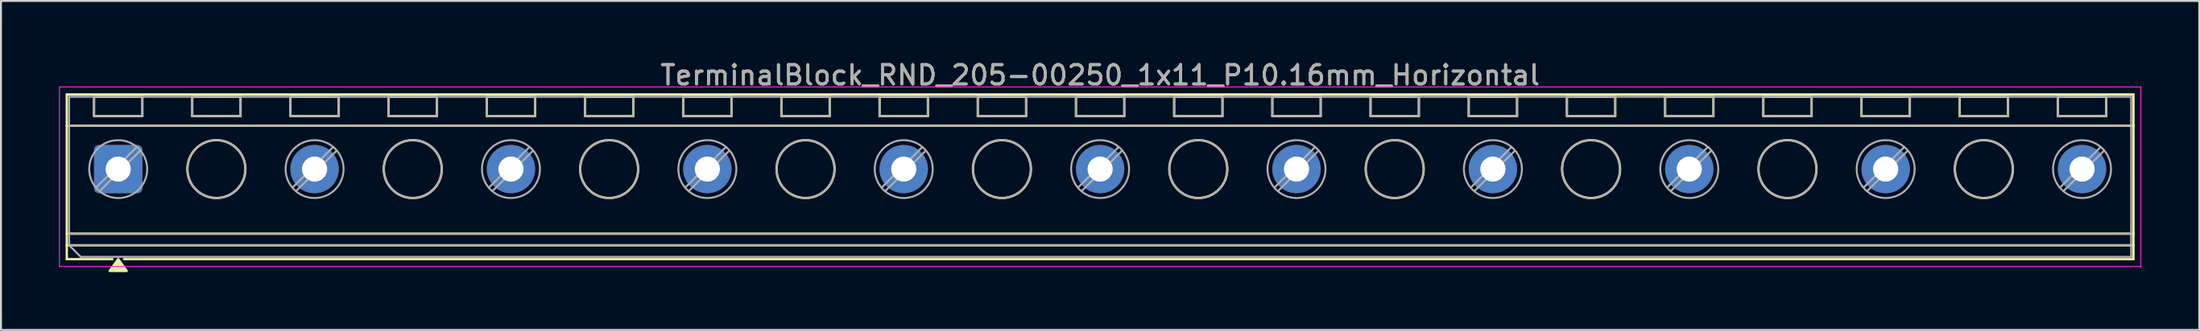
<source format=kicad_pcb>
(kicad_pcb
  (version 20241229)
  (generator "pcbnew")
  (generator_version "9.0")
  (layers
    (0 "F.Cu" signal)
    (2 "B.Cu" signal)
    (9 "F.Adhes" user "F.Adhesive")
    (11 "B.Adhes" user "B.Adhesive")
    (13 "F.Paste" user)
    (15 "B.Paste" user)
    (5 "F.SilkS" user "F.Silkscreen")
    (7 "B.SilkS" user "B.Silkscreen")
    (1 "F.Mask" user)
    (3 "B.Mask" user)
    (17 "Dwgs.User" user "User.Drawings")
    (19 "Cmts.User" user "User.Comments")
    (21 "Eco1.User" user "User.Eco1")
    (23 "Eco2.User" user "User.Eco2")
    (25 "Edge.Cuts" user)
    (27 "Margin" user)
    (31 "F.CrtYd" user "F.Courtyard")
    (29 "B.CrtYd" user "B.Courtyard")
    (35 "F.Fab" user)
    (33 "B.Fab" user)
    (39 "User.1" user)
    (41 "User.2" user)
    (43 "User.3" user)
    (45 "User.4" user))
  (footprint "TerminalBlock_RND_205-00250_1x11_P10.16mm_Horizontal"
    (layer "F.Cu")
    (at 3.065 5.718)
    (property "Reference" "TerminalBlock_RND_205-00250_1x11_P10.16mm_Horizontal" (at 50.8 -4.87 0) (layer "F.SilkS") (effects (font (size 1 1) (thickness 0.15))))
    (attr through_hole)
    (fp_line (start -2.66 -3.87) (end -2.66 4.67) (stroke (width 0.12) (type solid)) (layer "F.SilkS"))
    (fp_line (start -2.66 -3.87) (end 104.26 -3.87) (stroke (width 0.12) (type solid)) (layer "F.SilkS"))
    (fp_line (start -2.66 -2.25) (end 104.26 -2.25) (stroke (width 0.12) (type solid)) (layer "F.SilkS"))
    (fp_line (start -2.66 3.35) (end 104.26 3.35) (stroke (width 0.12) (type solid)) (layer "F.SilkS"))
    (fp_line (start -2.66 3.95) (end 104.26 3.95) (stroke (width 0.12) (type solid)) (layer "F.SilkS"))
    (fp_line (start -2.66 4.67) (end -0.3 4.67) (stroke (width 0.12) (type solid)) (layer "F.SilkS"))
    (fp_line (start -1.25 -3.75) (end -1.25 -2.75) (stroke (width 0.12) (type solid)) (layer "F.SilkS"))
    (fp_line (start -1.25 -3.75) (end 1.25 -3.75) (stroke (width 0.12) (type solid)) (layer "F.SilkS"))
    (fp_line (start -1.25 -2.75) (end 1.25 -2.75) (stroke (width 0.12) (type solid)) (layer "F.SilkS"))
    (fp_line (start 0.3 4.67) (end 104.26 4.67) (stroke (width 0.12) (type solid)) (layer "F.SilkS"))
    (fp_line (start 1.25 -3.75) (end 1.25 -2.75) (stroke (width 0.12) (type solid)) (layer "F.SilkS"))
    (fp_line (start 3.83 -3.75) (end 3.83 -2.75) (stroke (width 0.12) (type solid)) (layer "F.SilkS"))
    (fp_line (start 3.83 -3.75) (end 6.33 -3.75) (stroke (width 0.12) (type solid)) (layer "F.SilkS"))
    (fp_line (start 3.83 -2.75) (end 6.33 -2.75) (stroke (width 0.12) (type solid)) (layer "F.SilkS"))
    (fp_line (start 6.33 -3.75) (end 6.33 -2.75) (stroke (width 0.12) (type solid)) (layer "F.SilkS"))
    (fp_line (start 8.91 -3.75) (end 8.91 -2.75) (stroke (width 0.12) (type solid)) (layer "F.SilkS"))
    (fp_line (start 8.91 -3.75) (end 11.41 -3.75) (stroke (width 0.12) (type solid)) (layer "F.SilkS"))
    (fp_line (start 8.91 -2.75) (end 11.41 -2.75) (stroke (width 0.12) (type solid)) (layer "F.SilkS"))
    (fp_line (start 11.41 -3.75) (end 11.41 -2.75) (stroke (width 0.12) (type solid)) (layer "F.SilkS"))
    (fp_line (start 13.99 -3.75) (end 13.99 -2.75) (stroke (width 0.12) (type solid)) (layer "F.SilkS"))
    (fp_line (start 13.99 -3.75) (end 16.49 -3.75) (stroke (width 0.12) (type solid)) (layer "F.SilkS"))
    (fp_line (start 13.99 -2.75) (end 16.49 -2.75) (stroke (width 0.12) (type solid)) (layer "F.SilkS"))
    (fp_line (start 16.49 -3.75) (end 16.49 -2.75) (stroke (width 0.12) (type solid)) (layer "F.SilkS"))
    (fp_line (start 19.07 -3.75) (end 19.07 -2.75) (stroke (width 0.12) (type solid)) (layer "F.SilkS"))
    (fp_line (start 19.07 -3.75) (end 21.57 -3.75) (stroke (width 0.12) (type solid)) (layer "F.SilkS"))
    (fp_line (start 19.07 -2.75) (end 21.57 -2.75) (stroke (width 0.12) (type solid)) (layer "F.SilkS"))
    (fp_line (start 21.57 -3.75) (end 21.57 -2.75) (stroke (width 0.12) (type solid)) (layer "F.SilkS"))
    (fp_line (start 24.15 -3.75) (end 24.15 -2.75) (stroke (width 0.12) (type solid)) (layer "F.SilkS"))
    (fp_line (start 24.15 -3.75) (end 26.65 -3.75) (stroke (width 0.12) (type solid)) (layer "F.SilkS"))
    (fp_line (start 24.15 -2.75) (end 26.65 -2.75) (stroke (width 0.12) (type solid)) (layer "F.SilkS"))
    (fp_line (start 26.65 -3.75) (end 26.65 -2.75) (stroke (width 0.12) (type solid)) (layer "F.SilkS"))
    (fp_line (start 29.23 -3.75) (end 29.23 -2.75) (stroke (width 0.12) (type solid)) (layer "F.SilkS"))
    (fp_line (start 29.23 -3.75) (end 31.73 -3.75) (stroke (width 0.12) (type solid)) (layer "F.SilkS"))
    (fp_line (start 29.23 -2.75) (end 31.73 -2.75) (stroke (width 0.12) (type solid)) (layer "F.SilkS"))
    (fp_line (start 31.73 -3.75) (end 31.73 -2.75) (stroke (width 0.12) (type solid)) (layer "F.SilkS"))
    (fp_line (start 34.31 -3.75) (end 34.31 -2.75) (stroke (width 0.12) (type solid)) (layer "F.SilkS"))
    (fp_line (start 34.31 -3.75) (end 36.81 -3.75) (stroke (width 0.12) (type solid)) (layer "F.SilkS"))
    (fp_line (start 34.31 -2.75) (end 36.81 -2.75) (stroke (width 0.12) (type solid)) (layer "F.SilkS"))
    (fp_line (start 36.81 -3.75) (end 36.81 -2.75) (stroke (width 0.12) (type solid)) (layer "F.SilkS"))
    (fp_line (start 39.39 -3.75) (end 39.39 -2.75) (stroke (width 0.12) (type solid)) (layer "F.SilkS"))
    (fp_line (start 39.39 -3.75) (end 41.89 -3.75) (stroke (width 0.12) (type solid)) (layer "F.SilkS"))
    (fp_line (start 39.39 -2.75) (end 41.89 -2.75) (stroke (width 0.12) (type solid)) (layer "F.SilkS"))
    (fp_line (start 41.89 -3.75) (end 41.89 -2.75) (stroke (width 0.12) (type solid)) (layer "F.SilkS"))
    (fp_line (start 44.47 -3.75) (end 44.47 -2.75) (stroke (width 0.12) (type solid)) (layer "F.SilkS"))
    (fp_line (start 44.47 -3.75) (end 46.97 -3.75) (stroke (width 0.12) (type solid)) (layer "F.SilkS"))
    (fp_line (start 44.47 -2.75) (end 46.97 -2.75) (stroke (width 0.12) (type solid)) (layer "F.SilkS"))
    (fp_line (start 46.97 -3.75) (end 46.97 -2.75) (stroke (width 0.12) (type solid)) (layer "F.SilkS"))
    (fp_line (start 49.55 -3.75) (end 49.55 -2.75) (stroke (width 0.12) (type solid)) (layer "F.SilkS"))
    (fp_line (start 49.55 -3.75) (end 52.05 -3.75) (stroke (width 0.12) (type solid)) (layer "F.SilkS"))
    (fp_line (start 49.55 -2.75) (end 52.05 -2.75) (stroke (width 0.12) (type solid)) (layer "F.SilkS"))
    (fp_line (start 52.05 -3.75) (end 52.05 -2.75) (stroke (width 0.12) (type solid)) (layer "F.SilkS"))
    (fp_line (start 54.63 -3.75) (end 54.63 -2.75) (stroke (width 0.12) (type solid)) (layer "F.SilkS"))
    (fp_line (start 54.63 -3.75) (end 57.13 -3.75) (stroke (width 0.12) (type solid)) (layer "F.SilkS"))
    (fp_line (start 54.63 -2.75) (end 57.13 -2.75) (stroke (width 0.12) (type solid)) (layer "F.SilkS"))
    (fp_line (start 57.13 -3.75) (end 57.13 -2.75) (stroke (width 0.12) (type solid)) (layer "F.SilkS"))
    (fp_line (start 59.71 -3.75) (end 59.71 -2.75) (stroke (width 0.12) (type solid)) (layer "F.SilkS"))
    (fp_line (start 59.71 -3.75) (end 62.21 -3.75) (stroke (width 0.12) (type solid)) (layer "F.SilkS"))
    (fp_line (start 59.71 -2.75) (end 62.21 -2.75) (stroke (width 0.12) (type solid)) (layer "F.SilkS"))
    (fp_line (start 62.21 -3.75) (end 62.21 -2.75) (stroke (width 0.12) (type solid)) (layer "F.SilkS"))
    (fp_line (start 64.79 -3.75) (end 64.79 -2.75) (stroke (width 0.12) (type solid)) (layer "F.SilkS"))
    (fp_line (start 64.79 -3.75) (end 67.29 -3.75) (stroke (width 0.12) (type solid)) (layer "F.SilkS"))
    (fp_line (start 64.79 -2.75) (end 67.29 -2.75) (stroke (width 0.12) (type solid)) (layer "F.SilkS"))
    (fp_line (start 67.29 -3.75) (end 67.29 -2.75) (stroke (width 0.12) (type solid)) (layer "F.SilkS"))
    (fp_line (start 69.87 -3.75) (end 69.87 -2.75) (stroke (width 0.12) (type solid)) (layer "F.SilkS"))
    (fp_line (start 69.87 -3.75) (end 72.37 -3.75) (stroke (width 0.12) (type solid)) (layer "F.SilkS"))
    (fp_line (start 69.87 -2.75) (end 72.37 -2.75) (stroke (width 0.12) (type solid)) (layer "F.SilkS"))
    (fp_line (start 72.37 -3.75) (end 72.37 -2.75) (stroke (width 0.12) (type solid)) (layer "F.SilkS"))
    (fp_line (start 74.95 -3.75) (end 74.95 -2.75) (stroke (width 0.12) (type solid)) (layer "F.SilkS"))
    (fp_line (start 74.95 -3.75) (end 77.45 -3.75) (stroke (width 0.12) (type solid)) (layer "F.SilkS"))
    (fp_line (start 74.95 -2.75) (end 77.45 -2.75) (stroke (width 0.12) (type solid)) (layer "F.SilkS"))
    (fp_line (start 77.45 -3.75) (end 77.45 -2.75) (stroke (width 0.12) (type solid)) (layer "F.SilkS"))
    (fp_line (start 80.03 -3.75) (end 80.03 -2.75) (stroke (width 0.12) (type solid)) (layer "F.SilkS"))
    (fp_line (start 80.03 -3.75) (end 82.53 -3.75) (stroke (width 0.12) (type solid)) (layer "F.SilkS"))
    (fp_line (start 80.03 -2.75) (end 82.53 -2.75) (stroke (width 0.12) (type solid)) (layer "F.SilkS"))
    (fp_line (start 82.53 -3.75) (end 82.53 -2.75) (stroke (width 0.12) (type solid)) (layer "F.SilkS"))
    (fp_line (start 85.11 -3.75) (end 85.11 -2.75) (stroke (width 0.12) (type solid)) (layer "F.SilkS"))
    (fp_line (start 85.11 -3.75) (end 87.61 -3.75) (stroke (width 0.12) (type solid)) (layer "F.SilkS"))
    (fp_line (start 85.11 -2.75) (end 87.61 -2.75) (stroke (width 0.12) (type solid)) (layer "F.SilkS"))
    (fp_line (start 87.61 -3.75) (end 87.61 -2.75) (stroke (width 0.12) (type solid)) (layer "F.SilkS"))
    (fp_line (start 90.19 -3.75) (end 90.19 -2.75) (stroke (width 0.12) (type solid)) (layer "F.SilkS"))
    (fp_line (start 90.19 -3.75) (end 92.69 -3.75) (stroke (width 0.12) (type solid)) (layer "F.SilkS"))
    (fp_line (start 90.19 -2.75) (end 92.69 -2.75) (stroke (width 0.12) (type solid)) (layer "F.SilkS"))
    (fp_line (start 92.69 -3.75) (end 92.69 -2.75) (stroke (width 0.12) (type solid)) (layer "F.SilkS"))
    (fp_line (start 95.27 -3.75) (end 95.27 -2.75) (stroke (width 0.12) (type solid)) (layer "F.SilkS"))
    (fp_line (start 95.27 -3.75) (end 97.77 -3.75) (stroke (width 0.12) (type solid)) (layer "F.SilkS"))
    (fp_line (start 95.27 -2.75) (end 97.77 -2.75) (stroke (width 0.12) (type solid)) (layer "F.SilkS"))
    (fp_line (start 97.77 -3.75) (end 97.77 -2.75) (stroke (width 0.12) (type solid)) (layer "F.SilkS"))
    (fp_line (start 100.35 -3.75) (end 100.35 -2.75) (stroke (width 0.12) (type solid)) (layer "F.SilkS"))
    (fp_line (start 100.35 -3.75) (end 102.85 -3.75) (stroke (width 0.12) (type solid)) (layer "F.SilkS"))
    (fp_line (start 100.35 -2.75) (end 102.85 -2.75) (stroke (width 0.12) (type solid)) (layer "F.SilkS"))
    (fp_line (start 102.85 -3.75) (end 102.85 -2.75) (stroke (width 0.12) (type solid)) (layer "F.SilkS"))
    (fp_line (start 104.26 -3.87) (end 104.26 4.67) (stroke (width 0.12) (type solid)) (layer "F.SilkS"))
    (fp_circle (center 5.08 0) (end 6.58 0) (stroke (width 0.12) (type solid)) (fill no) (layer "F.SilkS"))
    (fp_circle (center 15.24 0) (end 16.74 0) (stroke (width 0.12) (type solid)) (fill no) (layer "F.SilkS"))
    (fp_circle (center 25.4 0) (end 26.9 0) (stroke (width 0.12) (type solid)) (fill no) (layer "F.SilkS"))
    (fp_circle (center 35.56 0) (end 37.06 0) (stroke (width 0.12) (type solid)) (fill no) (layer "F.SilkS"))
    (fp_circle (center 45.72 0) (end 47.22 0) (stroke (width 0.12) (type solid)) (fill no) (layer "F.SilkS"))
    (fp_circle (center 55.88 0) (end 57.38 0) (stroke (width 0.12) (type solid)) (fill no) (layer "F.SilkS"))
    (fp_circle (center 66.04 0) (end 67.54 0) (stroke (width 0.12) (type solid)) (fill no) (layer "F.SilkS"))
    (fp_circle (center 76.2 0) (end 77.7 0) (stroke (width 0.12) (type solid)) (fill no) (layer "F.SilkS"))
    (fp_circle (center 86.36 0) (end 87.86 0) (stroke (width 0.12) (type solid)) (fill no) (layer "F.SilkS"))
    (fp_circle (center 96.52 0) (end 98.02 0) (stroke (width 0.12) (type solid)) (fill no) (layer "F.SilkS"))
    (fp_poly (pts (xy 0 4.67) (xy 0.44 5.28) (xy -0.44 5.28)) (stroke (width 0.12) (type solid)) (fill yes) (layer "F.SilkS"))
    (fp_line (start -3.04 -4.26) (end -3.04 5.05) (stroke (width 0.05) (type solid)) (layer "F.CrtYd"))
    (fp_line (start -3.04 5.05) (end 104.64 5.05) (stroke (width 0.05) (type solid)) (layer "F.CrtYd"))
    (fp_line (start 104.64 -4.26) (end -3.04 -4.26) (stroke (width 0.05) (type solid)) (layer "F.CrtYd"))
    (fp_line (start 104.64 5.05) (end 104.64 -4.26) (stroke (width 0.05) (type solid)) (layer "F.CrtYd"))
    (fp_line (start -2.54 -3.75) (end 104.14 -3.75) (stroke (width 0.1) (type solid)) (layer "F.Fab"))
    (fp_line (start -2.54 -2.25) (end 104.14 -2.25) (stroke (width 0.1) (type solid)) (layer "F.Fab"))
    (fp_line (start -2.54 3.35) (end 104.14 3.35) (stroke (width 0.1) (type solid)) (layer "F.Fab"))
    (fp_line (start -2.54 3.95) (end -2.54 -3.75) (stroke (width 0.1) (type solid)) (layer "F.Fab"))
    (fp_line (start -2.54 3.95) (end 104.14 3.95) (stroke (width 0.1) (type solid)) (layer "F.Fab"))
    (fp_line (start -1.94 4.55) (end -2.54 3.95) (stroke (width 0.1) (type solid)) (layer "F.Fab"))
    (fp_line (start -1.25 -3.75) (end -1.25 -2.75) (stroke (width 0.1) (type solid)) (layer "F.Fab"))
    (fp_line (start -1.25 -2.75) (end 1.25 -2.75) (stroke (width 0.1) (type solid)) (layer "F.Fab"))
    (fp_line (start 0.955 -1.138) (end -1.138 0.954) (stroke (width 0.1) (type solid)) (layer "F.Fab"))
    (fp_line (start 1.138 -0.954) (end -0.955 1.137) (stroke (width 0.1) (type solid)) (layer "F.Fab"))
    (fp_line (start 1.25 -3.75) (end -1.25 -3.75) (stroke (width 0.1) (type solid)) (layer "F.Fab"))
    (fp_line (start 1.25 -2.75) (end 1.25 -3.75) (stroke (width 0.1) (type solid)) (layer "F.Fab"))
    (fp_line (start 3.83 -3.75) (end 3.83 -2.75) (stroke (width 0.1) (type solid)) (layer "F.Fab"))
    (fp_line (start 3.83 -2.75) (end 6.33 -2.75) (stroke (width 0.1) (type solid)) (layer "F.Fab"))
    (fp_line (start 6.33 -3.75) (end 3.83 -3.75) (stroke (width 0.1) (type solid)) (layer "F.Fab"))
    (fp_line (start 6.33 -2.75) (end 6.33 -3.75) (stroke (width 0.1) (type solid)) (layer "F.Fab"))
    (fp_line (start 8.91 -3.75) (end 8.91 -2.75) (stroke (width 0.1) (type solid)) (layer "F.Fab"))
    (fp_line (start 8.91 -2.75) (end 11.41 -2.75) (stroke (width 0.1) (type solid)) (layer "F.Fab"))
    (fp_line (start 11.115 -1.138) (end 9.022 0.954) (stroke (width 0.1) (type solid)) (layer "F.Fab"))
    (fp_line (start 11.298 -0.954) (end 9.205 1.137) (stroke (width 0.1) (type solid)) (layer "F.Fab"))
    (fp_line (start 11.41 -3.75) (end 8.91 -3.75) (stroke (width 0.1) (type solid)) (layer "F.Fab"))
    (fp_line (start 11.41 -2.75) (end 11.41 -3.75) (stroke (width 0.1) (type solid)) (layer "F.Fab"))
    (fp_line (start 13.99 -3.75) (end 13.99 -2.75) (stroke (width 0.1) (type solid)) (layer "F.Fab"))
    (fp_line (start 13.99 -2.75) (end 16.49 -2.75) (stroke (width 0.1) (type solid)) (layer "F.Fab"))
    (fp_line (start 16.49 -3.75) (end 13.99 -3.75) (stroke (width 0.1) (type solid)) (layer "F.Fab"))
    (fp_line (start 16.49 -2.75) (end 16.49 -3.75) (stroke (width 0.1) (type solid)) (layer "F.Fab"))
    (fp_line (start 19.07 -3.75) (end 19.07 -2.75) (stroke (width 0.1) (type solid)) (layer "F.Fab"))
    (fp_line (start 19.07 -2.75) (end 21.57 -2.75) (stroke (width 0.1) (type solid)) (layer "F.Fab"))
    (fp_line (start 21.275 -1.138) (end 19.182 0.954) (stroke (width 0.1) (type solid)) (layer "F.Fab"))
    (fp_line (start 21.458 -0.954) (end 19.365 1.137) (stroke (width 0.1) (type solid)) (layer "F.Fab"))
    (fp_line (start 21.57 -3.75) (end 19.07 -3.75) (stroke (width 0.1) (type solid)) (layer "F.Fab"))
    (fp_line (start 21.57 -2.75) (end 21.57 -3.75) (stroke (width 0.1) (type solid)) (layer "F.Fab"))
    (fp_line (start 24.15 -3.75) (end 24.15 -2.75) (stroke (width 0.1) (type solid)) (layer "F.Fab"))
    (fp_line (start 24.15 -2.75) (end 26.65 -2.75) (stroke (width 0.1) (type solid)) (layer "F.Fab"))
    (fp_line (start 26.65 -3.75) (end 24.15 -3.75) (stroke (width 0.1) (type solid)) (layer "F.Fab"))
    (fp_line (start 26.65 -2.75) (end 26.65 -3.75) (stroke (width 0.1) (type solid)) (layer "F.Fab"))
    (fp_line (start 29.23 -3.75) (end 29.23 -2.75) (stroke (width 0.1) (type solid)) (layer "F.Fab"))
    (fp_line (start 29.23 -2.75) (end 31.73 -2.75) (stroke (width 0.1) (type solid)) (layer "F.Fab"))
    (fp_line (start 31.435 -1.138) (end 29.342 0.954) (stroke (width 0.1) (type solid)) (layer "F.Fab"))
    (fp_line (start 31.618 -0.954) (end 29.525 1.137) (stroke (width 0.1) (type solid)) (layer "F.Fab"))
    (fp_line (start 31.73 -3.75) (end 29.23 -3.75) (stroke (width 0.1) (type solid)) (layer "F.Fab"))
    (fp_line (start 31.73 -2.75) (end 31.73 -3.75) (stroke (width 0.1) (type solid)) (layer "F.Fab"))
    (fp_line (start 34.31 -3.75) (end 34.31 -2.75) (stroke (width 0.1) (type solid)) (layer "F.Fab"))
    (fp_line (start 34.31 -2.75) (end 36.81 -2.75) (stroke (width 0.1) (type solid)) (layer "F.Fab"))
    (fp_line (start 36.81 -3.75) (end 34.31 -3.75) (stroke (width 0.1) (type solid)) (layer "F.Fab"))
    (fp_line (start 36.81 -2.75) (end 36.81 -3.75) (stroke (width 0.1) (type solid)) (layer "F.Fab"))
    (fp_line (start 39.39 -3.75) (end 39.39 -2.75) (stroke (width 0.1) (type solid)) (layer "F.Fab"))
    (fp_line (start 39.39 -2.75) (end 41.89 -2.75) (stroke (width 0.1) (type solid)) (layer "F.Fab"))
    (fp_line (start 41.595 -1.138) (end 39.502 0.954) (stroke (width 0.1) (type solid)) (layer "F.Fab"))
    (fp_line (start 41.778 -0.954) (end 39.685 1.137) (stroke (width 0.1) (type solid)) (layer "F.Fab"))
    (fp_line (start 41.89 -3.75) (end 39.39 -3.75) (stroke (width 0.1) (type solid)) (layer "F.Fab"))
    (fp_line (start 41.89 -2.75) (end 41.89 -3.75) (stroke (width 0.1) (type solid)) (layer "F.Fab"))
    (fp_line (start 44.47 -3.75) (end 44.47 -2.75) (stroke (width 0.1) (type solid)) (layer "F.Fab"))
    (fp_line (start 44.47 -2.75) (end 46.97 -2.75) (stroke (width 0.1) (type solid)) (layer "F.Fab"))
    (fp_line (start 46.97 -3.75) (end 44.47 -3.75) (stroke (width 0.1) (type solid)) (layer "F.Fab"))
    (fp_line (start 46.97 -2.75) (end 46.97 -3.75) (stroke (width 0.1) (type solid)) (layer "F.Fab"))
    (fp_line (start 49.55 -3.75) (end 49.55 -2.75) (stroke (width 0.1) (type solid)) (layer "F.Fab"))
    (fp_line (start 49.55 -2.75) (end 52.05 -2.75) (stroke (width 0.1) (type solid)) (layer "F.Fab"))
    (fp_line (start 51.755 -1.138) (end 49.662 0.954) (stroke (width 0.1) (type solid)) (layer "F.Fab"))
    (fp_line (start 51.938 -0.954) (end 49.845 1.137) (stroke (width 0.1) (type solid)) (layer "F.Fab"))
    (fp_line (start 52.05 -3.75) (end 49.55 -3.75) (stroke (width 0.1) (type solid)) (layer "F.Fab"))
    (fp_line (start 52.05 -2.75) (end 52.05 -3.75) (stroke (width 0.1) (type solid)) (layer "F.Fab"))
    (fp_line (start 54.63 -3.75) (end 54.63 -2.75) (stroke (width 0.1) (type solid)) (layer "F.Fab"))
    (fp_line (start 54.63 -2.75) (end 57.13 -2.75) (stroke (width 0.1) (type solid)) (layer "F.Fab"))
    (fp_line (start 57.13 -3.75) (end 54.63 -3.75) (stroke (width 0.1) (type solid)) (layer "F.Fab"))
    (fp_line (start 57.13 -2.75) (end 57.13 -3.75) (stroke (width 0.1) (type solid)) (layer "F.Fab"))
    (fp_line (start 59.71 -3.75) (end 59.71 -2.75) (stroke (width 0.1) (type solid)) (layer "F.Fab"))
    (fp_line (start 59.71 -2.75) (end 62.21 -2.75) (stroke (width 0.1) (type solid)) (layer "F.Fab"))
    (fp_line (start 61.915 -1.138) (end 59.822 0.954) (stroke (width 0.1) (type solid)) (layer "F.Fab"))
    (fp_line (start 62.098 -0.954) (end 60.005 1.137) (stroke (width 0.1) (type solid)) (layer "F.Fab"))
    (fp_line (start 62.21 -3.75) (end 59.71 -3.75) (stroke (width 0.1) (type solid)) (layer "F.Fab"))
    (fp_line (start 62.21 -2.75) (end 62.21 -3.75) (stroke (width 0.1) (type solid)) (layer "F.Fab"))
    (fp_line (start 64.79 -3.75) (end 64.79 -2.75) (stroke (width 0.1) (type solid)) (layer "F.Fab"))
    (fp_line (start 64.79 -2.75) (end 67.29 -2.75) (stroke (width 0.1) (type solid)) (layer "F.Fab"))
    (fp_line (start 67.29 -3.75) (end 64.79 -3.75) (stroke (width 0.1) (type solid)) (layer "F.Fab"))
    (fp_line (start 67.29 -2.75) (end 67.29 -3.75) (stroke (width 0.1) (type solid)) (layer "F.Fab"))
    (fp_line (start 69.87 -3.75) (end 69.87 -2.75) (stroke (width 0.1) (type solid)) (layer "F.Fab"))
    (fp_line (start 69.87 -2.75) (end 72.37 -2.75) (stroke (width 0.1) (type solid)) (layer "F.Fab"))
    (fp_line (start 72.075 -1.138) (end 69.982 0.954) (stroke (width 0.1) (type solid)) (layer "F.Fab"))
    (fp_line (start 72.258 -0.954) (end 70.165 1.137) (stroke (width 0.1) (type solid)) (layer "F.Fab"))
    (fp_line (start 72.37 -3.75) (end 69.87 -3.75) (stroke (width 0.1) (type solid)) (layer "F.Fab"))
    (fp_line (start 72.37 -2.75) (end 72.37 -3.75) (stroke (width 0.1) (type solid)) (layer "F.Fab"))
    (fp_line (start 74.95 -3.75) (end 74.95 -2.75) (stroke (width 0.1) (type solid)) (layer "F.Fab"))
    (fp_line (start 74.95 -2.75) (end 77.45 -2.75) (stroke (width 0.1) (type solid)) (layer "F.Fab"))
    (fp_line (start 77.45 -3.75) (end 74.95 -3.75) (stroke (width 0.1) (type solid)) (layer "F.Fab"))
    (fp_line (start 77.45 -2.75) (end 77.45 -3.75) (stroke (width 0.1) (type solid)) (layer "F.Fab"))
    (fp_line (start 80.03 -3.75) (end 80.03 -2.75) (stroke (width 0.1) (type solid)) (layer "F.Fab"))
    (fp_line (start 80.03 -2.75) (end 82.53 -2.75) (stroke (width 0.1) (type solid)) (layer "F.Fab"))
    (fp_line (start 82.235 -1.138) (end 80.142 0.954) (stroke (width 0.1) (type solid)) (layer "F.Fab"))
    (fp_line (start 82.418 -0.954) (end 80.325 1.137) (stroke (width 0.1) (type solid)) (layer "F.Fab"))
    (fp_line (start 82.53 -3.75) (end 80.03 -3.75) (stroke (width 0.1) (type solid)) (layer "F.Fab"))
    (fp_line (start 82.53 -2.75) (end 82.53 -3.75) (stroke (width 0.1) (type solid)) (layer "F.Fab"))
    (fp_line (start 85.11 -3.75) (end 85.11 -2.75) (stroke (width 0.1) (type solid)) (layer "F.Fab"))
    (fp_line (start 85.11 -2.75) (end 87.61 -2.75) (stroke (width 0.1) (type solid)) (layer "F.Fab"))
    (fp_line (start 87.61 -3.75) (end 85.11 -3.75) (stroke (width 0.1) (type solid)) (layer "F.Fab"))
    (fp_line (start 87.61 -2.75) (end 87.61 -3.75) (stroke (width 0.1) (type solid)) (layer "F.Fab"))
    (fp_line (start 90.19 -3.75) (end 90.19 -2.75) (stroke (width 0.1) (type solid)) (layer "F.Fab"))
    (fp_line (start 90.19 -2.75) (end 92.69 -2.75) (stroke (width 0.1) (type solid)) (layer "F.Fab"))
    (fp_line (start 92.395 -1.138) (end 90.302 0.954) (stroke (width 0.1) (type solid)) (layer "F.Fab"))
    (fp_line (start 92.578 -0.954) (end 90.485 1.137) (stroke (width 0.1) (type solid)) (layer "F.Fab"))
    (fp_line (start 92.69 -3.75) (end 90.19 -3.75) (stroke (width 0.1) (type solid)) (layer "F.Fab"))
    (fp_line (start 92.69 -2.75) (end 92.69 -3.75) (stroke (width 0.1) (type solid)) (layer "F.Fab"))
    (fp_line (start 95.27 -3.75) (end 95.27 -2.75) (stroke (width 0.1) (type solid)) (layer "F.Fab"))
    (fp_line (start 95.27 -2.75) (end 97.77 -2.75) (stroke (width 0.1) (type solid)) (layer "F.Fab"))
    (fp_line (start 97.77 -3.75) (end 95.27 -3.75) (stroke (width 0.1) (type solid)) (layer "F.Fab"))
    (fp_line (start 97.77 -2.75) (end 97.77 -3.75) (stroke (width 0.1) (type solid)) (layer "F.Fab"))
    (fp_line (start 100.35 -3.75) (end 100.35 -2.75) (stroke (width 0.1) (type solid)) (layer "F.Fab"))
    (fp_line (start 100.35 -2.75) (end 102.85 -2.75) (stroke (width 0.1) (type solid)) (layer "F.Fab"))
    (fp_line (start 102.555 -1.138) (end 100.462 0.954) (stroke (width 0.1) (type solid)) (layer "F.Fab"))
    (fp_line (start 102.738 -0.954) (end 100.645 1.137) (stroke (width 0.1) (type solid)) (layer "F.Fab"))
    (fp_line (start 102.85 -3.75) (end 100.35 -3.75) (stroke (width 0.1) (type solid)) (layer "F.Fab"))
    (fp_line (start 102.85 -2.75) (end 102.85 -3.75) (stroke (width 0.1) (type solid)) (layer "F.Fab"))
    (fp_line (start 104.14 -3.75) (end 104.14 4.55) (stroke (width 0.1) (type solid)) (layer "F.Fab"))
    (fp_line (start 104.14 4.55) (end -1.94 4.55) (stroke (width 0.1) (type solid)) (layer "F.Fab"))
    (fp_circle (center 0 0) (end 1.5 0) (stroke (width 0.1) (type solid)) (fill no) (layer "F.Fab"))
    (fp_circle (center 5.08 0) (end 6.58 0) (stroke (width 0.1) (type solid)) (fill no) (layer "F.Fab"))
    (fp_circle (center 10.16 0) (end 11.66 0) (stroke (width 0.1) (type solid)) (fill no) (layer "F.Fab"))
    (fp_circle (center 15.24 0) (end 16.74 0) (stroke (width 0.1) (type solid)) (fill no) (layer "F.Fab"))
    (fp_circle (center 20.32 0) (end 21.82 0) (stroke (width 0.1) (type solid)) (fill no) (layer "F.Fab"))
    (fp_circle (center 25.4 0) (end 26.9 0) (stroke (width 0.1) (type solid)) (fill no) (layer "F.Fab"))
    (fp_circle (center 30.48 0) (end 31.98 0) (stroke (width 0.1) (type solid)) (fill no) (layer "F.Fab"))
    (fp_circle (center 35.56 0) (end 37.06 0) (stroke (width 0.1) (type solid)) (fill no) (layer "F.Fab"))
    (fp_circle (center 40.64 0) (end 42.14 0) (stroke (width 0.1) (type solid)) (fill no) (layer "F.Fab"))
    (fp_circle (center 45.72 0) (end 47.22 0) (stroke (width 0.1) (type solid)) (fill no) (layer "F.Fab"))
    (fp_circle (center 50.8 0) (end 52.3 0) (stroke (width 0.1) (type solid)) (fill no) (layer "F.Fab"))
    (fp_circle (center 55.88 0) (end 57.38 0) (stroke (width 0.1) (type solid)) (fill no) (layer "F.Fab"))
    (fp_circle (center 60.96 0) (end 62.46 0) (stroke (width 0.1) (type solid)) (fill no) (layer "F.Fab"))
    (fp_circle (center 66.04 0) (end 67.54 0) (stroke (width 0.1) (type solid)) (fill no) (layer "F.Fab"))
    (fp_circle (center 71.12 0) (end 72.62 0) (stroke (width 0.1) (type solid)) (fill no) (layer "F.Fab"))
    (fp_circle (center 76.2 0) (end 77.7 0) (stroke (width 0.1) (type solid)) (fill no) (layer "F.Fab"))
    (fp_circle (center 81.28 0) (end 82.78 0) (stroke (width 0.1) (type solid)) (fill no) (layer "F.Fab"))
    (fp_circle (center 86.36 0) (end 87.86 0) (stroke (width 0.1) (type solid)) (fill no) (layer "F.Fab"))
    (fp_circle (center 91.44 0) (end 92.94 0) (stroke (width 0.1) (type solid)) (fill no) (layer "F.Fab"))
    (fp_circle (center 96.52 0) (end 98.02 0) (stroke (width 0.1) (type solid)) (fill no) (layer "F.Fab"))
    (fp_circle (center 101.6 0) (end 103.1 0) (stroke (width 0.1) (type solid)) (fill no) (layer "F.Fab"))
    (fp_text user "${REFERENCE}" (at 50.8 -4.87 0) (layer "F.Fab") (effects (font (size 1 1) (thickness 0.15))))
    (pad "1" thru_hole roundrect (at 0 0) (size 2.5 2.5) (drill 1.3) (layers "*.Cu" "*.Mask") (roundrect_rratio 0.1))
    (pad "2" thru_hole circle (at 10.16 0) (size 2.5 2.5) (drill 1.3) (layers "*.Cu" "*.Mask"))
    (pad "3" thru_hole circle (at 20.32 0) (size 2.5 2.5) (drill 1.3) (layers "*.Cu" "*.Mask"))
    (pad "4" thru_hole circle (at 30.48 0) (size 2.5 2.5) (drill 1.3) (layers "*.Cu" "*.Mask"))
    (pad "5" thru_hole circle (at 40.64 0) (size 2.5 2.5) (drill 1.3) (layers "*.Cu" "*.Mask"))
    (pad "6" thru_hole circle (at 50.8 0) (size 2.5 2.5) (drill 1.3) (layers "*.Cu" "*.Mask"))
    (pad "7" thru_hole circle (at 60.96 0) (size 2.5 2.5) (drill 1.3) (layers "*.Cu" "*.Mask"))
    (pad "8" thru_hole circle (at 71.12 0) (size 2.5 2.5) (drill 1.3) (layers "*.Cu" "*.Mask"))
    (pad "9" thru_hole circle (at 81.28 0) (size 2.5 2.5) (drill 1.3) (layers "*.Cu" "*.Mask"))
    (pad "10" thru_hole circle (at 91.44 0) (size 2.5 2.5) (drill 1.3) (layers "*.Cu" "*.Mask"))
    (pad "11" thru_hole circle (at 101.6 0) (size 2.5 2.5) (drill 1.3) (layers "*.Cu" "*.Mask")))
  (gr_rect
    (start -3 -3)
    (end 110.73 14.058)
    (stroke (width 0.1) (type default))
    (fill no)
    (layer "Edge.Cuts")))
</source>
